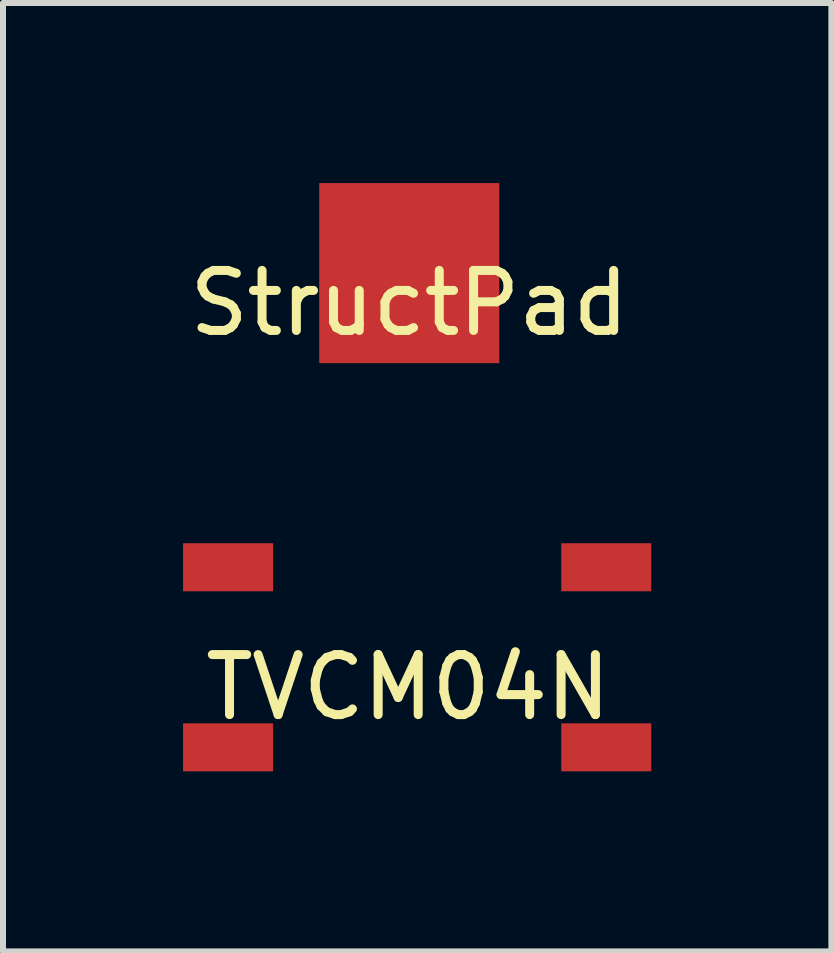
<source format=kicad_pcb>
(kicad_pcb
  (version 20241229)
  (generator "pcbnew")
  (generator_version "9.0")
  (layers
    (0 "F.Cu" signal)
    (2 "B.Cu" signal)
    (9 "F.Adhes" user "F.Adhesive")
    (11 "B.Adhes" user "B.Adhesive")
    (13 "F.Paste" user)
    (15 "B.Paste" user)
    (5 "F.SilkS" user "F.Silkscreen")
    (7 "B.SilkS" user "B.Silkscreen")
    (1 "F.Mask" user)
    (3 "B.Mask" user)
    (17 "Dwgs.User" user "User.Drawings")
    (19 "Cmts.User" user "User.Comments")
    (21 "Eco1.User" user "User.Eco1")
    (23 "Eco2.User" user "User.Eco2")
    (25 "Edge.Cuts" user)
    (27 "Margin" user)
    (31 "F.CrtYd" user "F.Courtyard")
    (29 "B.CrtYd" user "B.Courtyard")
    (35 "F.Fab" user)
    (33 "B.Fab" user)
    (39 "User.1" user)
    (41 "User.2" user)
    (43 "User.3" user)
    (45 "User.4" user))
  (footprint "TVCM04N"
    (layer "F.Cu")
    (at 3.85 7.9)
    (property "Reference" "TVCM04N" (at -0.1 0.5 0) (layer "F.SilkS") (effects (font (size 1 1) (thickness 0.15))))
    (attr through_hole)
    (pad "1" smd rect (at -3.1 -1.5) (size 1.5 0.8) (layers "F.Cu" "F.Mask" "F.Paste"))
    (pad "1" smd rect (at 3.2 -1.5) (size 1.5 0.8) (layers "F.Cu" "F.Mask" "F.Paste"))
    (pad "2" smd rect (at -3.1 1.5) (size 1.5 0.8) (layers "F.Cu" "F.Mask" "F.Paste"))
    (pad "2" smd rect (at 3.2 1.5) (size 1.5 0.8) (layers "F.Cu" "F.Mask" "F.Paste")))
  (footprint "StructPad"
    (layer "F.Cu")
    (at 3.768 1.5)
    (property "Reference" "StructPad" (at 0 0.5 0) (layer "F.SilkS") (effects (font (size 1 1) (thickness 0.15))))
    (attr through_hole)
    (pad "" smd rect (at 0 0) (size 3 3) (layers "F.Cu" "F.Mask" "F.Paste")))
  (gr_rect
    (start -3 -3)
    (end 10.8 12.8)
    (stroke (width 0.1) (type default))
    (fill no)
    (layer "Edge.Cuts")))
</source>
